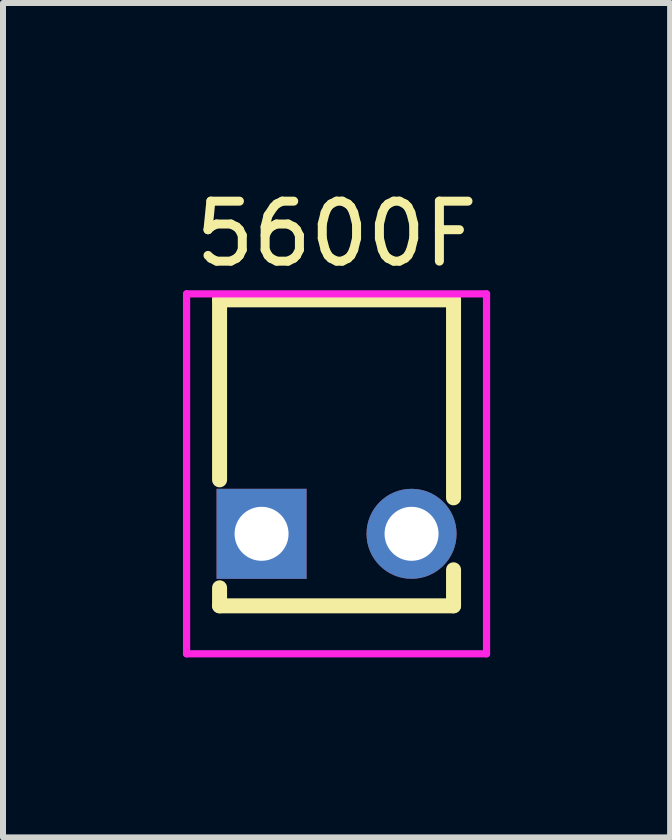
<source format=kicad_pcb>
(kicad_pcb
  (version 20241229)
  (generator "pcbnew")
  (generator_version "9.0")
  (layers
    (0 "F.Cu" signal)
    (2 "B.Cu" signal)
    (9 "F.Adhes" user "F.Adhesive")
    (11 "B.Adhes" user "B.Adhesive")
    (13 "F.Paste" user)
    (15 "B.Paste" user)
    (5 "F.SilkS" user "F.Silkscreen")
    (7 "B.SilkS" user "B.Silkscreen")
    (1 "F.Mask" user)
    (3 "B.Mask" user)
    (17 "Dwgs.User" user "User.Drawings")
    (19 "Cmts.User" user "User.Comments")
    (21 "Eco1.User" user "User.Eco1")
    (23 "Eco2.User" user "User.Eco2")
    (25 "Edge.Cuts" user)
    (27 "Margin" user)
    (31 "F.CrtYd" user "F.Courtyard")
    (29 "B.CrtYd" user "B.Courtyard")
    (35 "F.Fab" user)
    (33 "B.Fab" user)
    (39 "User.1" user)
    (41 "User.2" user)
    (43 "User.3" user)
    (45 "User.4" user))
  (footprint "5600F"
    (layer "F.Cu")
    (at 2.56 1.848)
    (property "Reference" "5600F" (at 0 -1 0) (layer "F.SilkS") (effects (font (size 1 1) (thickness 0.15))))
    (attr through_hole)
    (fp_line (start -1.95 0.1) (end 1.95 0.1) (stroke (width 0.25) (type solid)) (layer "F.SilkS"))
    (fp_line (start -1.95 3.1) (end -1.95 0.1) (stroke (width 0.25) (type solid)) (layer "F.SilkS"))
    (fp_line (start -1.95 5.2) (end -1.95 4.9) (stroke (width 0.25) (type solid)) (layer "F.SilkS"))
    (fp_line (start -1.95 5.2) (end 1.95 5.2) (stroke (width 0.25) (type solid)) (layer "F.SilkS"))
    (fp_line (start 1.95 0.1) (end 1.95 3.4) (stroke (width 0.25) (type solid)) (layer "F.SilkS"))
    (fp_line (start 1.95 5.2) (end 1.95 4.6) (stroke (width 0.25) (type solid)) (layer "F.SilkS"))
    (fp_line (start -2.5 0) (end 2.5 0) (stroke (width 0.12) (type solid)) (layer "F.CrtYd"))
    (fp_line (start -2.5 6) (end -2.5 0) (stroke (width 0.12) (type solid)) (layer "F.CrtYd"))
    (fp_line (start 2.5 0) (end 2.5 6) (stroke (width 0.12) (type solid)) (layer "F.CrtYd"))
    (fp_line (start 2.5 6) (end -2.5 6) (stroke (width 0.12) (type solid)) (layer "F.CrtYd"))
    (pad "1" thru_hole rect (at -1.25 4) (size 1.5 1.5) (drill 0.9) (layers "*.Cu" "*.Mask"))
    (pad "2" thru_hole circle (at 1.25 4) (size 1.5 1.5) (drill 0.9) (layers "*.Cu" "*.Mask")))
  (gr_rect
    (start -3 -3)
    (end 8.12 10.908)
    (stroke (width 0.1) (type default))
    (fill no)
    (layer "Edge.Cuts")))
</source>
